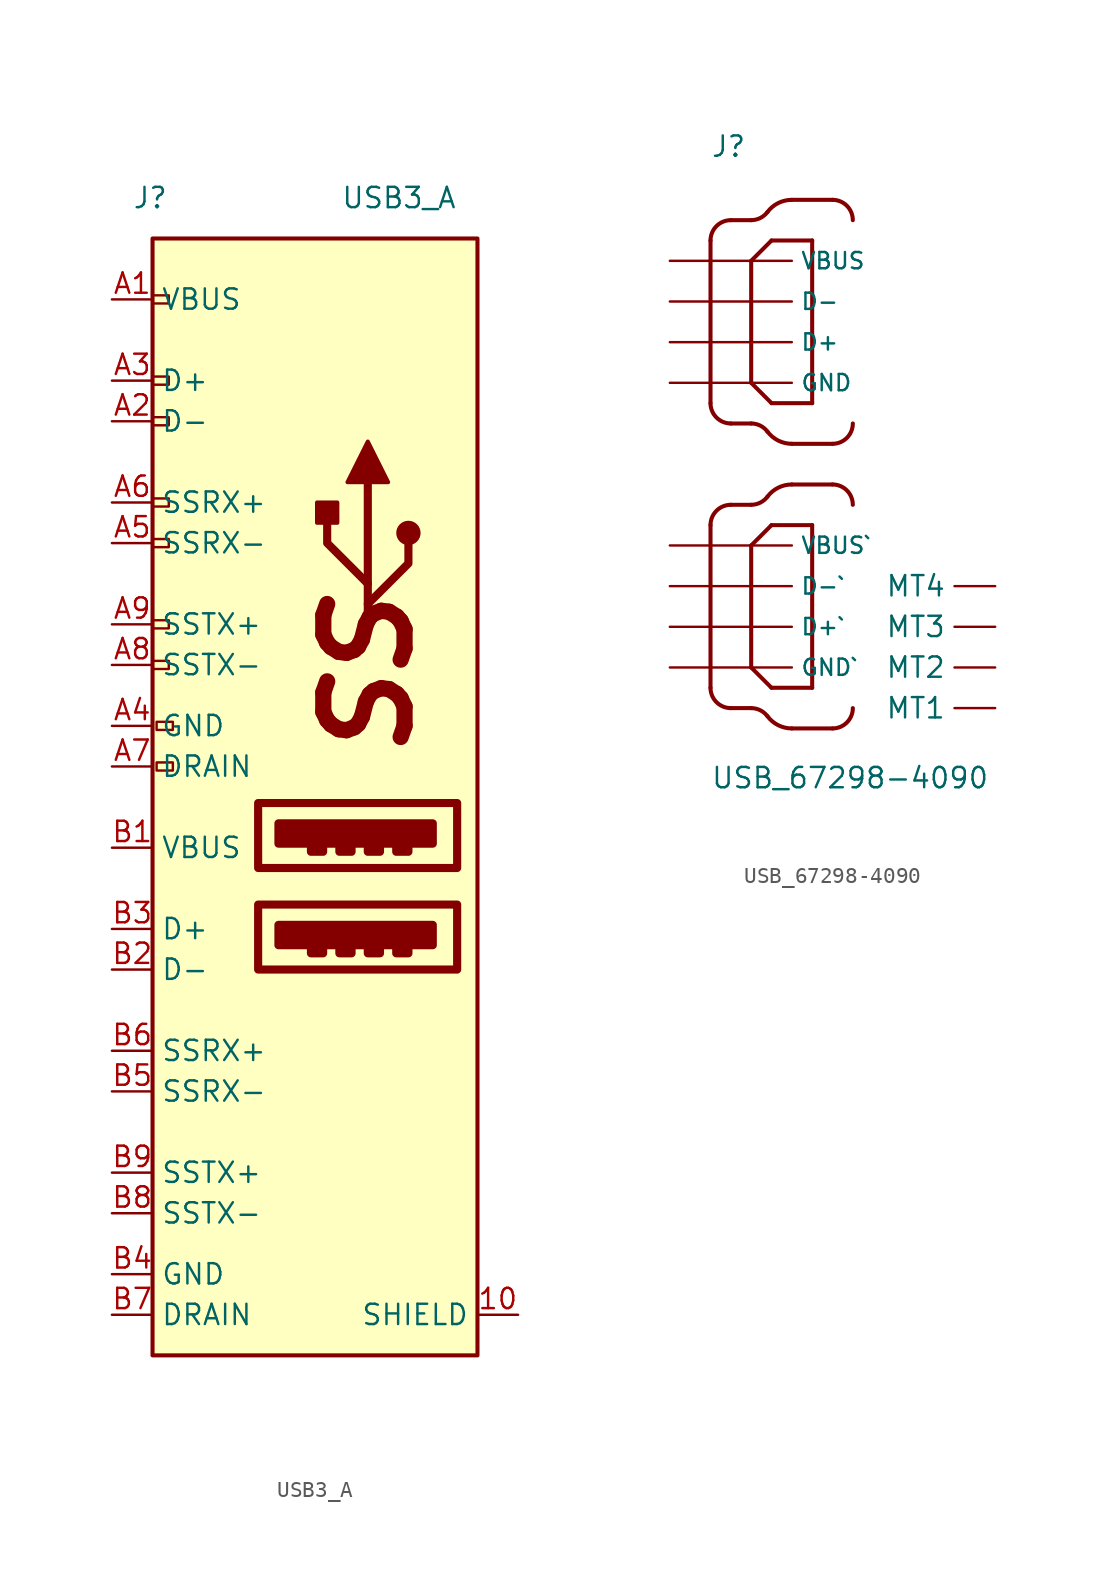
<source format=kicad_sym>
(kicad_symbol_lib
  (version 20201005)
  (generator kicad_symbol_editor)
  (symbol "cm4crypto:USB3_A"
    (property "Reference" "J"
      (at -10.16 33.02 0)
      (effects (font (size 1.27 1.27)) (justify left)))
    (property "Value" "USB3_A"
      (at 10.16 33.02 0)
      (effects (font (size 1.27 1.27)) (justify right)))
    (symbol "USB3_A_1_1"
      (circle (center 7.112 12.065) (radius 0.635) (stroke (width 0.254)) (fill (type outline)))
      (text "SS" (at 4.572 3.175 900) (effects (font (size 5.08 5.08) bold italic)))
      (rectangle (start -8.89 4.064) (end -7.874 3.556) (stroke (width 0)) (fill (type none)))
      (rectangle (start -8.89 6.604) (end -7.874 6.096) (stroke (width 0)) (fill (type none)))
      (rectangle (start -8.89 11.684) (end -7.874 11.176) (stroke (width 0)) (fill (type none)))
      (rectangle (start -8.89 14.224) (end -7.874 13.716) (stroke (width 0)) (fill (type none)))
      (rectangle (start -8.89 19.304) (end -7.874 18.796) (stroke (width 0)) (fill (type none)))
      (rectangle (start -8.89 21.844) (end -7.874 21.336) (stroke (width 0)) (fill (type none)))
      (rectangle (start -8.89 26.924) (end -7.874 26.416) (stroke (width 0)) (fill (type none)))
      (rectangle (start -7.62 -2.286) (end -8.636 -2.794) (stroke (width 0)) (fill (type none)))
      (rectangle (start -7.62 0.254) (end -8.636 -0.254) (stroke (width 0)) (fill (type none)))
      (rectangle (start -2.286 -11.176) (end 10.16 -15.24) (stroke (width 0.508)) (fill (type none)))
      (rectangle (start -2.286 -4.826) (end 10.16 -8.89) (stroke (width 0.508)) (fill (type none)))
      (rectangle (start 1.016 -13.97) (end 1.778 -14.224) (stroke (width 0.508)) (fill (type none)))
      (rectangle (start 1.016 -7.62) (end 1.778 -7.874) (stroke (width 0.508)) (fill (type none)))
      (rectangle (start 2.794 -13.97) (end 3.556 -14.224) (stroke (width 0.508)) (fill (type none)))
      (rectangle (start 2.794 -7.62) (end 3.556 -7.874) (stroke (width 0.508)) (fill (type none)))
      (rectangle (start 4.572 -13.97) (end 5.334 -14.224) (stroke (width 0.508)) (fill (type none)))
      (rectangle (start 4.572 -7.62) (end 5.334 -7.874) (stroke (width 0.508)) (fill (type none)))
      (rectangle (start 6.35 -13.97) (end 7.112 -14.224) (stroke (width 0.508)) (fill (type none)))
      (rectangle (start 6.35 -7.62) (end 7.112 -7.874) (stroke (width 0.508)) (fill (type none)))
      (rectangle (start -1.016 -12.446) (end 8.636 -13.716) (stroke (width 0.508)) (fill (type outline)))
      (rectangle (start -1.016 -6.096) (end 8.636 -7.366) (stroke (width 0.508)) (fill (type outline)))
      (rectangle (start 2.667 12.7) (end 1.397 13.97) (stroke (width 0.254)) (fill (type outline)))
      (rectangle (start 11.43 30.48) (end -8.89 -39.37) (stroke (width 0.254)) (fill (type background)))
      (polyline (pts (xy 4.572 6.35) (xy 4.572 15.24)) (stroke (width 0.508)) (fill (type none)))
      (polyline (pts (xy 4.572 7.62) (xy 7.112 10.16) (xy 7.112 11.43)) (stroke (width 0.508)) (fill (type none)))
      (polyline (pts (xy 4.572 8.89) (xy 2.032 11.43) (xy 2.032 12.7)) (stroke (width 0.508)) (fill (type none)))
      (polyline (pts (xy 5.842 15.24) (xy 4.572 17.78) (xy 3.302 15.24) (xy 5.842 15.24)) (stroke (width 0.254)) (fill (type outline)))
      (pin passive line (at 13.97 -36.83 180) (length 2.54) (name "SHIELD" (effects (font (size 1.27 1.27)))) (number "10" (effects (font (size 1.27 1.27)))))
      (pin power_in line (at -11.43 26.67 0) (length 2.54) (name "VBUS" (effects (font (size 1.27 1.27)))) (number "A1" (effects (font (size 1.27 1.27)))))
      (pin bidirectional line (at -11.43 19.05 0) (length 2.54) (name "D-" (effects (font (size 1.27 1.27)))) (number "A2" (effects (font (size 1.27 1.27)))))
      (pin bidirectional line (at -11.43 21.59 0) (length 2.54) (name "D+" (effects (font (size 1.27 1.27)))) (number "A3" (effects (font (size 1.27 1.27)))))
      (pin power_in line (at -11.43 0 0) (length 2.54) (name "GND" (effects (font (size 1.27 1.27)))) (number "A4" (effects (font (size 1.27 1.27)))))
      (pin bidirectional line (at -11.43 11.43 0) (length 2.54) (name "SSRX-" (effects (font (size 1.27 1.27)))) (number "A5" (effects (font (size 1.27 1.27)))))
      (pin bidirectional line (at -11.43 13.97 0) (length 2.54) (name "SSRX+" (effects (font (size 1.27 1.27)))) (number "A6" (effects (font (size 1.27 1.27)))))
      (pin power_in line (at -11.43 -2.54 0) (length 2.54) (name "DRAIN" (effects (font (size 1.27 1.27)))) (number "A7" (effects (font (size 1.27 1.27)))))
      (pin bidirectional line (at -11.43 3.81 0) (length 2.54) (name "SSTX-" (effects (font (size 1.27 1.27)))) (number "A8" (effects (font (size 1.27 1.27)))))
      (pin bidirectional line (at -11.43 6.35 0) (length 2.54) (name "SSTX+" (effects (font (size 1.27 1.27)))) (number "A9" (effects (font (size 1.27 1.27)))))
      (pin power_in line (at -11.43 -7.62 0) (length 2.54) (name "VBUS" (effects (font (size 1.27 1.27)))) (number "B1" (effects (font (size 1.27 1.27)))))
      (pin bidirectional line (at -11.43 -15.24 0) (length 2.54) (name "D-" (effects (font (size 1.27 1.27)))) (number "B2" (effects (font (size 1.27 1.27)))))
      (pin bidirectional line (at -11.43 -12.7 0) (length 2.54) (name "D+" (effects (font (size 1.27 1.27)))) (number "B3" (effects (font (size 1.27 1.27)))))
      (pin power_in line (at -11.43 -34.29 0) (length 2.54) (name "GND" (effects (font (size 1.27 1.27)))) (number "B4" (effects (font (size 1.27 1.27)))))
      (pin bidirectional line (at -11.43 -22.86 0) (length 2.54) (name "SSRX-" (effects (font (size 1.27 1.27)))) (number "B5" (effects (font (size 1.27 1.27)))))
      (pin bidirectional line (at -11.43 -20.32 0) (length 2.54) (name "SSRX+" (effects (font (size 1.27 1.27)))) (number "B6" (effects (font (size 1.27 1.27)))))
      (pin power_in line (at -11.43 -36.83 0) (length 2.54) (name "DRAIN" (effects (font (size 1.27 1.27)))) (number "B7" (effects (font (size 1.27 1.27)))))
      (pin bidirectional line (at -11.43 -30.48 0) (length 2.54) (name "SSTX-" (effects (font (size 1.27 1.27)))) (number "B8" (effects (font (size 1.27 1.27)))))
      (pin bidirectional line (at -11.43 -27.94 0) (length 2.54) (name "SSTX+" (effects (font (size 1.27 1.27)))) (number "B9" (effects (font (size 1.27 1.27)))))))
  (symbol "cm4crypto:USB_67298-4090"
    (pin_numbers hide)
    (property "Reference" "J"
      (at -5.08 21.641 0)
      (effects (font (size 1.27 1.27)) (justify left bottom)))
    (property "Value" "USB_67298-4090"
      (at -5.08 -17.805 0)
      (effects (font (size 1.27 1.27)) (justify left bottom)))
    (symbol "USB_67298-4090_0_0"
      (arc (start -5.08 -11.43) (end -3.81 -12.7) (radius (at -3.81 -11.43) (length 1.27) (angles 180 -90)) (stroke (width 0.254)) (fill (type none)))
      (arc (start -5.08 -1.27) (end -3.81 0) (radius (at -3.81 -1.27) (length 1.27) (angles 180 90)) (stroke (width 0.254)) (fill (type none)))
      (arc (start -5.08 6.35) (end -3.81 5.08) (radius (at -3.81 6.35) (length 1.27) (angles 180 -90)) (stroke (width 0.254)) (fill (type none)))
      (arc (start -5.08 16.51) (end -3.81 17.78) (radius (at -3.81 16.51) (length 1.27) (angles 180 90)) (stroke (width 0.254)) (fill (type none)))
      (arc (start -2.54 -12.7) (end -1.524 -13.208) (radius (at -2.54 -13.97) (length 1.27) (angles -143 -90)) (stroke (width 0.254)) (fill (type none)))
      (arc (start -2.54 0) (end -1.524 0.508) (radius (at -2.54 1.27) (length 1.27) (angles -90 -37)) (stroke (width 0.254)) (fill (type none)))
      (arc (start -2.54 5.08) (end -1.524 4.572) (radius (at -2.54 3.81) (length 1.27) (angles -143 -90)) (stroke (width 0.254)) (fill (type none)))
      (arc (start -2.54 17.78) (end -1.524 18.288) (radius (at -2.54 19.05) (length 1.27) (angles -90 -37)) (stroke (width 0.254)) (fill (type none)))
      (arc (start -1.524 -13.208) (end 0 -13.97) (radius (at 0 -12.065) (length 1.905) (angles -143 -90)) (stroke (width 0.254)) (fill (type none)))
      (arc (start -1.524 0.508) (end 0 1.27) (radius (at 0 -0.635) (length 1.905) (angles -90 -37)) (stroke (width 0.254)) (fill (type none)))
      (arc (start -1.524 4.572) (end 0 3.81) (radius (at 0 5.715) (length 1.905) (angles -143 -90)) (stroke (width 0.254)) (fill (type none)))
      (arc (start -1.524 18.288) (end 0 19.05) (radius (at 0 17.145) (length 1.905) (angles -90 -37)) (stroke (width 0.254)) (fill (type none)))
      (arc (start 2.54 -13.97) (end 3.81 -12.7) (radius (at 2.54 -12.7) (length 1.27) (angles -90 0)) (stroke (width 0.254)) (fill (type none)))
      (arc (start 2.54 1.27) (end 3.81 0) (radius (at 2.54 0) (length 1.27) (angles 90 0)) (stroke (width 0.254)) (fill (type none)))
      (arc (start 2.54 3.81) (end 3.81 5.08) (radius (at 2.54 5.08) (length 1.27) (angles -90 0)) (stroke (width 0.254)) (fill (type none)))
      (arc (start 2.54 19.05) (end 3.81 17.78) (radius (at 2.54 17.78) (length 1.27) (angles 90 0)) (stroke (width 0.254)) (fill (type none)))
      (polyline (pts (xy -5.08 -1.27) (xy -5.08 -11.43)) (stroke (width 0.254)) (fill (type none)))
      (polyline (pts (xy -5.08 16.51) (xy -5.08 6.35)) (stroke (width 0.254)) (fill (type none)))
      (polyline (pts (xy -3.81 -12.7) (xy -2.54 -12.7)) (stroke (width 0.254)) (fill (type none)))
      (polyline (pts (xy -3.81 0) (xy -2.54 0)) (stroke (width 0.254)) (fill (type none)))
      (polyline (pts (xy -3.81 5.08) (xy -2.54 5.08)) (stroke (width 0.254)) (fill (type none)))
      (polyline (pts (xy -3.81 17.78) (xy -2.54 17.78)) (stroke (width 0.254)) (fill (type none)))
      (polyline (pts (xy -2.54 -10.16) (xy -1.27 -11.43)) (stroke (width 0.254)) (fill (type none)))
      (polyline (pts (xy -2.54 -2.54) (xy -2.54 -10.16)) (stroke (width 0.254)) (fill (type none)))
      (polyline (pts (xy -2.54 7.62) (xy -1.27 6.35)) (stroke (width 0.254)) (fill (type none)))
      (polyline (pts (xy -2.54 15.24) (xy -2.54 7.62)) (stroke (width 0.254)) (fill (type none)))
      (polyline (pts (xy -1.27 -11.43) (xy 1.27 -11.43)) (stroke (width 0.254)) (fill (type none)))
      (polyline (pts (xy -1.27 -1.27) (xy -2.54 -2.54)) (stroke (width 0.254)) (fill (type none)))
      (polyline (pts (xy -1.27 6.35) (xy 1.27 6.35)) (stroke (width 0.254)) (fill (type none)))
      (polyline (pts (xy -1.27 16.51) (xy -2.54 15.24)) (stroke (width 0.254)) (fill (type none)))
      (polyline (pts (xy 0 -13.97) (xy 2.54 -13.97)) (stroke (width 0.254)) (fill (type none)))
      (polyline (pts (xy 0 1.27) (xy 2.54 1.27)) (stroke (width 0.254)) (fill (type none)))
      (polyline (pts (xy 0 3.81) (xy 2.54 3.81)) (stroke (width 0.254)) (fill (type none)))
      (polyline (pts (xy 0 19.05) (xy 2.54 19.05)) (stroke (width 0.254)) (fill (type none)))
      (polyline (pts (xy 1.27 -11.43) (xy 1.27 -1.27)) (stroke (width 0.254)) (fill (type none)))
      (polyline (pts (xy 1.27 -1.27) (xy -1.27 -1.27)) (stroke (width 0.254)) (fill (type none)))
      (polyline (pts (xy 1.27 6.35) (xy 1.27 16.51)) (stroke (width 0.254)) (fill (type none)))
      (polyline (pts (xy 1.27 16.51) (xy -1.27 16.51)) (stroke (width 0.254)) (fill (type none)))
      (pin power_in line (at -7.62 -2.54 0) (length 7.62) (name "VBUS`" (effects (font (size 1.016 1.016)))) (number "1" (effects (font (size 1.016 1.016)))))
      (pin passive line (at -7.62 -5.08 0) (length 7.62) (name "D-`" (effects (font (size 1.016 1.016)))) (number "2" (effects (font (size 1.016 1.016)))))
      (pin passive line (at -7.62 -7.62 0) (length 7.62) (name "D+`" (effects (font (size 1.016 1.016)))) (number "3" (effects (font (size 1.016 1.016)))))
      (pin power_in line (at -7.62 -10.16 0) (length 7.62) (name "GND`" (effects (font (size 1.016 1.016)))) (number "4" (effects (font (size 1.016 1.016)))))
      (pin power_in line (at -7.62 15.24 0) (length 7.62) (name "VBUS" (effects (font (size 1.016 1.016)))) (number "5" (effects (font (size 1.016 1.016)))))
      (pin passive line (at -7.62 12.7 0) (length 7.62) (name "D-" (effects (font (size 1.016 1.016)))) (number "6" (effects (font (size 1.016 1.016)))))
      (pin passive line (at -7.62 10.16 0) (length 7.62) (name "D+" (effects (font (size 1.016 1.016)))) (number "7" (effects (font (size 1.016 1.016)))))
      (pin power_in line (at -7.62 7.62 0) (length 7.62) (name "GND" (effects (font (size 1.016 1.016)))) (number "8" (effects (font (size 1.016 1.016)))))
      (pin passive line (at 12.7 -12.7 180) (length 2.54) (name "MT1" (effects (font (size 1.27 1.27)))) (number "MT1" (effects (font (size 1.27 1.27)))))
      (pin passive line (at 12.7 -10.16 180) (length 2.54) (name "MT2" (effects (font (size 1.27 1.27)))) (number "MT2" (effects (font (size 1.27 1.27)))))
      (pin passive line (at 12.7 -7.62 180) (length 2.54) (name "MT3" (effects (font (size 1.27 1.27)))) (number "MT3" (effects (font (size 1.27 1.27)))))
      (pin passive line (at 12.7 -5.08 180) (length 2.54) (name "MT4" (effects (font (size 1.27 1.27)))) (number "MT4" (effects (font (size 1.27 1.27))))))))
</source>
